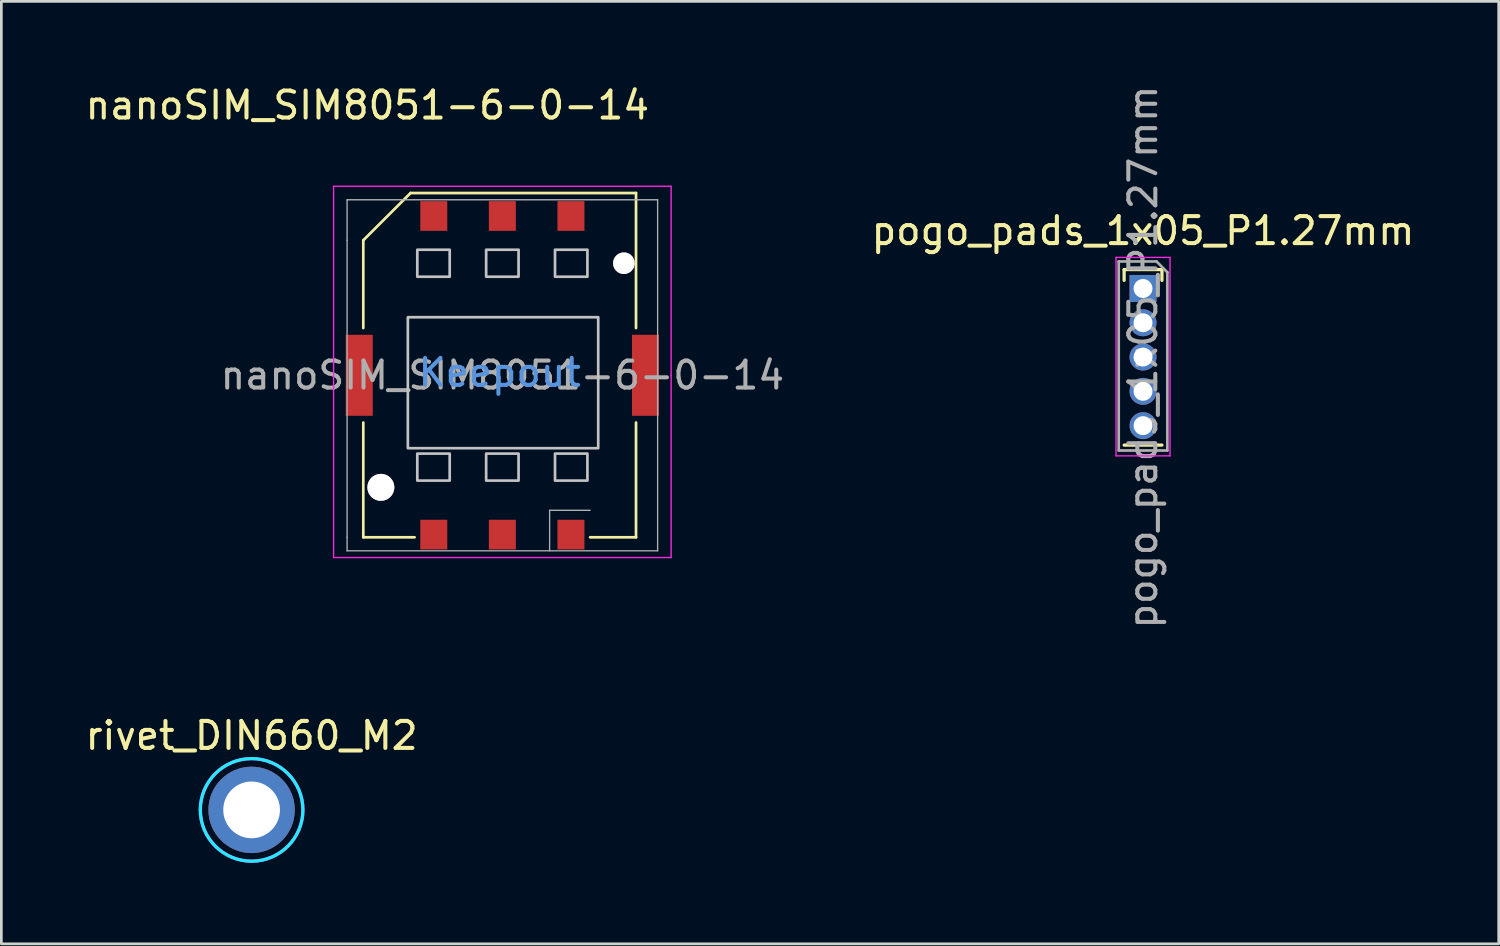
<source format=kicad_pcb>
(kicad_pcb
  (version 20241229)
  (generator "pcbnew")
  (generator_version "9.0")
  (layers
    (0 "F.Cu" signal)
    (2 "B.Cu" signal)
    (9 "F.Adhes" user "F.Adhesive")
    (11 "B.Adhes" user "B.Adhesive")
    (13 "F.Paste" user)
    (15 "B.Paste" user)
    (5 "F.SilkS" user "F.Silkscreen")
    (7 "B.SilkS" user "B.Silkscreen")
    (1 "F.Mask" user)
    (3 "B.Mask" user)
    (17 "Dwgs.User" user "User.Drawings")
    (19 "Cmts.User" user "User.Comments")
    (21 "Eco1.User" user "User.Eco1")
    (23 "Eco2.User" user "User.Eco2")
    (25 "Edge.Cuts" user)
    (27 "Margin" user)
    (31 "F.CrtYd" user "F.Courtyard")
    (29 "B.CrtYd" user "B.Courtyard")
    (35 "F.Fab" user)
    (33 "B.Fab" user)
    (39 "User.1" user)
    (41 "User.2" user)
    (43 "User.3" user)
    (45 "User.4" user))
  (footprint "rivet_DIN660_M2"
    (layer "F.Cu")
    (at 6.268 26.943)
    (property "Reference" "rivet_DIN660_M2" (at 0 -2.75 0) (layer "F.SilkS") (effects (font (size 1 1) (thickness 0.15))))
    (attr through_hole)
    (fp_circle (center 0 0) (end 1.9 0) (stroke (width 0.12) (type solid)) (fill no) (layer "B.CrtYd"))
    (fp_circle (center 0 0) (end 1.9 0) (stroke (width 0.12) (type solid)) (fill no) (layer "F.CrtYd"))
    (pad "1" thru_hole circle (at 0 0) (size 3.2 3.2) (drill 2.1) (layers "*.Cu" "*.Mask")))
  (footprint "pogo_pads_1x05_P1.27mm"
    (layer "F.Cu")
    (at 39.28 7.633)
    (property "Reference" "pogo_pads_1x05_P1.27mm" (at 0 -2.135 0) (layer "F.SilkS") (effects (font (size 1 1) (thickness 0.15))))
    (attr exclude_from_pos_files exclude_from_bom)
    (fp_line (start -0.7 -0.7) (end 0.7 -0.7) (stroke (width 0.12) (type solid)) (layer "F.SilkS"))
    (fp_line (start -0.7 -0.3) (end -0.7 -0.7) (stroke (width 0.12) (type solid)) (layer "F.SilkS"))
    (fp_line (start -0.7 5.8) (end 0.7 5.8) (stroke (width 0.12) (type solid)) (layer "F.SilkS"))
    (fp_line (start 0.7 -0.3) (end 0.7 -0.7) (stroke (width 0.12) (type solid)) (layer "F.SilkS"))
    (fp_line (start -1 -1.15) (end 1 -1.15) (stroke (width 0.05) (type solid)) (layer "F.CrtYd"))
    (fp_line (start -1 6.2) (end -1 -1.15) (stroke (width 0.05) (type solid)) (layer "F.CrtYd"))
    (fp_line (start 1 -1.15) (end 1 6.2) (stroke (width 0.05) (type solid)) (layer "F.CrtYd"))
    (fp_line (start 1 6.2) (end -1 6.2) (stroke (width 0.05) (type solid)) (layer "F.CrtYd"))
    (fp_line (start -0.9 6) (end -0.9 -1) (stroke (width 0.1) (type solid)) (layer "F.Fab"))
    (fp_line (start 0.5 -1) (end -0.9 -1) (stroke (width 0.1) (type solid)) (layer "F.Fab"))
    (fp_line (start 0.5 -1) (end 0.9 -0.6) (stroke (width 0.1) (type solid)) (layer "F.Fab"))
    (fp_line (start 0.9 -0.6) (end 0.9 6) (stroke (width 0.1) (type solid)) (layer "F.Fab"))
    (fp_line (start 0.9 6) (end -0.9 6) (stroke (width 0.1) (type solid)) (layer "F.Fab"))
    (fp_text user "${REFERENCE}" (at 0 2.54 90) (layer "F.Fab") (effects (font (size 1 1) (thickness 0.15))))
    (pad "1" thru_hole rect (at 0 0) (size 1 1) (drill 0.7) (layers "*.Cu" "*.Mask"))
    (pad "2" thru_hole oval (at 0 1.27) (size 1 1) (drill 0.7) (layers "*.Cu" "*.Mask"))
    (pad "3" thru_hole oval (at 0 2.54) (size 1 1) (drill 0.7) (layers "*.Cu" "*.Mask"))
    (pad "4" thru_hole oval (at 0 3.81) (size 1 1) (drill 0.7) (layers "*.Cu" "*.Mask"))
    (pad "5" thru_hole oval (at 0 5.08) (size 1 1) (drill 0.7) (layers "*.Cu" "*.Mask")))
  (footprint "nanoSIM_SIM8051-6-0-14"
    (layer "F.Cu")
    (at 15.554 10.848)
    (property "Reference" "nanoSIM_SIM8051-6-0-14" (at -5 -10 0) (layer "F.SilkS") (effects (font (size 1 1) (thickness 0.15))))
    (attr smd)
    (fp_line (start -5.15 -5) (end -3.4 -6.75) (stroke (width 0.1) (type solid)) (layer "F.SilkS"))
    (fp_line (start -5.15 -1.75) (end -5.15 -5) (stroke (width 0.1) (type solid)) (layer "F.SilkS"))
    (fp_line (start -5.15 6) (end -5.15 1.75) (stroke (width 0.1) (type solid)) (layer "F.SilkS"))
    (fp_line (start -3.4 -6.75) (end 4.95 -6.75) (stroke (width 0.1) (type solid)) (layer "F.SilkS"))
    (fp_line (start -3.25 6) (end -5.15 6) (stroke (width 0.1) (type solid)) (layer "F.SilkS"))
    (fp_line (start 4.95 -6.75) (end 4.95 -1.75) (stroke (width 0.1) (type solid)) (layer "F.SilkS"))
    (fp_line (start 4.95 1.75) (end 4.95 6) (stroke (width 0.1) (type solid)) (layer "F.SilkS"))
    (fp_line (start 4.95 6) (end 3.25 6) (stroke (width 0.1) (type solid)) (layer "F.SilkS"))
    (fp_poly (pts (xy -1.95 -3.65) (xy -3.15 -3.65) (xy -3.15 -4.65) (xy -1.95 -4.65)) (stroke (width 0.1) (type solid)) (fill no) (layer "Dwgs.User"))
    (fp_poly (pts (xy -1.95 3.9) (xy -3.15 3.9) (xy -3.15 2.9) (xy -1.95 2.9)) (stroke (width 0.1) (type solid)) (fill no) (layer "Dwgs.User"))
    (fp_poly (pts (xy 0.6 -3.65) (xy -0.6 -3.65) (xy -0.6 -4.65) (xy 0.6 -4.65)) (stroke (width 0.1) (type solid)) (fill no) (layer "Dwgs.User"))
    (fp_poly (pts (xy 0.6 3.9) (xy -0.6 3.9) (xy -0.6 2.9) (xy 0.6 2.9)) (stroke (width 0.1) (type solid)) (fill no) (layer "Dwgs.User"))
    (fp_poly (pts (xy 3.15 -3.65) (xy 1.95 -3.65) (xy 1.95 -4.65) (xy 3.15 -4.65)) (stroke (width 0.1) (type solid)) (fill no) (layer "Dwgs.User"))
    (fp_poly (pts (xy 3.15 3.9) (xy 1.95 3.9) (xy 1.95 2.9) (xy 3.15 2.9)) (stroke (width 0.1) (type solid)) (fill no) (layer "Dwgs.User"))
    (fp_poly (pts (xy 3.55 2.7) (xy -3.5 2.7) (xy -3.5 -2.15) (xy 3.55 -2.15)) (stroke (width 0.1) (type solid)) (fill no) (layer "Dwgs.User"))
    (fp_line (start -6.25 -7) (end -6.25 6.75) (stroke (width 0.05) (type solid)) (layer "F.CrtYd"))
    (fp_line (start -6.25 6.75) (end 6.25 6.75) (stroke (width 0.05) (type solid)) (layer "F.CrtYd"))
    (fp_line (start 6.25 -7) (end -6.25 -7) (stroke (width 0.05) (type solid)) (layer "F.CrtYd"))
    (fp_line (start 6.25 0) (end 6.25 -7) (stroke (width 0.05) (type solid)) (layer "F.CrtYd"))
    (fp_line (start 6.25 6.75) (end 6.25 0) (stroke (width 0.05) (type solid)) (layer "F.CrtYd"))
    (fp_line (start -5.75 -6.5) (end 5.75 -6.5) (stroke (width 0.05) (type solid)) (layer "F.Fab"))
    (fp_line (start -5.75 -5) (end -5.75 -6.5) (stroke (width 0.05) (type solid)) (layer "F.Fab"))
    (fp_line (start -5.75 6) (end -5.75 -5) (stroke (width 0.05) (type solid)) (layer "F.Fab"))
    (fp_line (start -5.75 6.5) (end -5.75 6) (stroke (width 0.05) (type solid)) (layer "F.Fab"))
    (fp_line (start 1.75 5) (end 3.25 5) (stroke (width 0.05) (type solid)) (layer "F.Fab"))
    (fp_line (start 1.75 6.5) (end 1.75 5) (stroke (width 0.05) (type solid)) (layer "F.Fab"))
    (fp_line (start 5.75 -6.5) (end 5.75 6.5) (stroke (width 0.05) (type solid)) (layer "F.Fab"))
    (fp_line (start 5.75 6.5) (end -5.75 6.5) (stroke (width 0.05) (type solid)) (layer "F.Fab"))
    (fp_text user "Keepout" (at -0.1 -0.1 0) (layer "Cmts.User") (effects (font (size 1 1) (thickness 0.15))))
    (fp_text user "${REFERENCE}" (at 0 0 0) (layer "F.Fab") (effects (font (size 1 1) (thickness 0.15))))
    (pad "" thru_hole circle (at -4.5 4.15) (size 1 1) (drill 1) (layers "*.Cu" "*.Mask"))
    (pad "" thru_hole circle (at 4.5 -4.15) (size 0.8 0.8) (drill 0.8) (layers "*.Cu" "*.Mask"))
    (pad "1" smd rect (at 2.54 5.9) (size 1 1.1) (layers "F.Cu" "F.Mask" "F.Paste"))
    (pad "2" smd rect (at 0 5.9) (size 1 1.1) (layers "F.Cu" "F.Mask" "F.Paste"))
    (pad "3" smd rect (at -2.54 5.9) (size 1 1.1) (layers "F.Cu" "F.Mask" "F.Paste"))
    (pad "5" smd rect (at 2.54 -5.9) (size 1 1.1) (layers "F.Cu" "F.Mask" "F.Paste"))
    (pad "6" smd rect (at 0 -5.9) (size 1 1.1) (layers "F.Cu" "F.Mask" "F.Paste"))
    (pad "7" smd rect (at -2.54 -5.9) (size 1 1.1) (layers "F.Cu" "F.Mask" "F.Paste"))
    (pad "SH" smd rect (at -5.3 0) (size 1 3) (layers "F.Cu" "F.Mask" "F.Paste"))
    (pad "SH" smd rect (at 5.3 0) (size 1 3) (layers "F.Cu" "F.Mask" "F.Paste")))
  (gr_rect
    (start -3 -3)
    (end 52.452 31.903)
    (stroke (width 0.1) (type default))
    (fill no)
    (layer "Edge.Cuts")))
</source>
